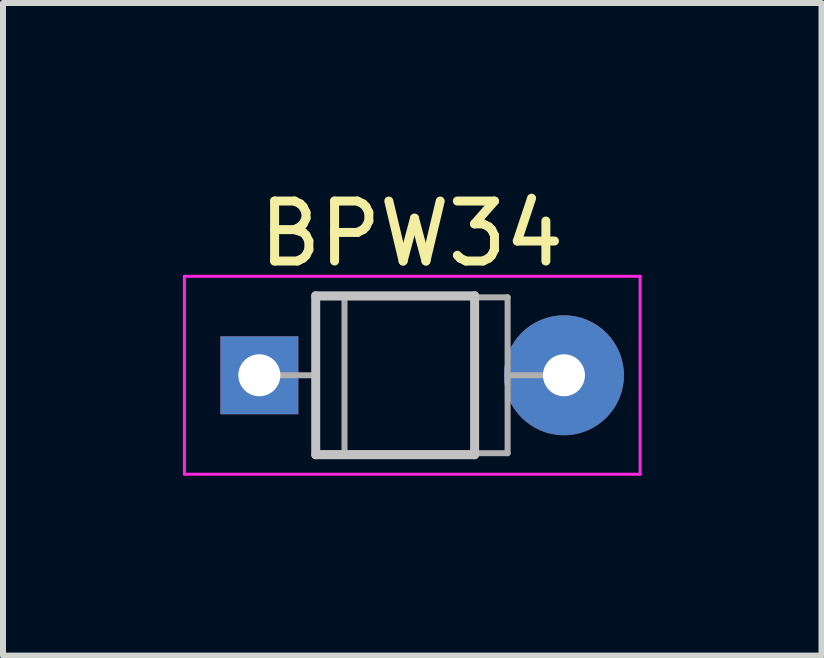
<source format=kicad_pcb>
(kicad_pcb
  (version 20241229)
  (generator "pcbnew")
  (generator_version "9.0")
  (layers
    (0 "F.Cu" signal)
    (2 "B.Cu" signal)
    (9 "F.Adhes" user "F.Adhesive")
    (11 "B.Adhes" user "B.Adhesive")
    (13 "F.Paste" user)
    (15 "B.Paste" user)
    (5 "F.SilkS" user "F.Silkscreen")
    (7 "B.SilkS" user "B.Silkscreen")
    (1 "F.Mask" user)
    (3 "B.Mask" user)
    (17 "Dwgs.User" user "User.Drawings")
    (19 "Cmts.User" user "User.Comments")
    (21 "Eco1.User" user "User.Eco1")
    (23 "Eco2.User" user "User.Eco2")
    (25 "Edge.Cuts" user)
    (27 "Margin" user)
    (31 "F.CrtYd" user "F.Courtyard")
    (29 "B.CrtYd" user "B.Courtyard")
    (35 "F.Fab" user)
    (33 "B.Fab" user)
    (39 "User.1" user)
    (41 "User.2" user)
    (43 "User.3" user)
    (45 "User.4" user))
  (footprint "BPW34"
    (layer "F.Cu")
    (at 1.275 3.208)
    (property "Reference" "BPW34" (at 2.54 -2.36 0) (layer "F.SilkS") (effects (font (size 1 1) (thickness 0.15))))
    (attr through_hole)
    (fp_line (start 0.94 -1.325) (end 0.94 1.325) (stroke (width 0.15) (type solid)) (layer "Dwgs.User"))
    (fp_line (start 0.94 -1.325) (end 3.59 -1.325) (stroke (width 0.15) (type solid)) (layer "Dwgs.User"))
    (fp_line (start 0.94 1.325) (end 3.59 1.325) (stroke (width 0.15) (type solid)) (layer "Dwgs.User"))
    (fp_line (start 3.59 -1.325) (end 3.59 1.325) (stroke (width 0.15) (type solid)) (layer "Dwgs.User"))
    (fp_line (start -1.25 -1.65) (end -1.25 1.65) (stroke (width 0.05) (type solid)) (layer "F.CrtYd"))
    (fp_line (start -1.25 1.65) (end 6.35 1.65) (stroke (width 0.05) (type solid)) (layer "F.CrtYd"))
    (fp_line (start 6.35 -1.65) (end -1.25 -1.65) (stroke (width 0.05) (type solid)) (layer "F.CrtYd"))
    (fp_line (start 6.35 1.65) (end 6.35 -1.65) (stroke (width 0.05) (type solid)) (layer "F.CrtYd"))
    (fp_line (start 0 0) (end 0.94 0) (stroke (width 0.1) (type solid)) (layer "F.Fab"))
    (fp_line (start 0.94 -1.3) (end 0.94 1.3) (stroke (width 0.1) (type solid)) (layer "F.Fab"))
    (fp_line (start 0.94 1.3) (end 4.14 1.3) (stroke (width 0.1) (type solid)) (layer "F.Fab"))
    (fp_line (start 1.42 -1.3) (end 1.42 1.3) (stroke (width 0.1) (type solid)) (layer "F.Fab"))
    (fp_line (start 4.14 -1.3) (end 0.94 -1.3) (stroke (width 0.1) (type solid)) (layer "F.Fab"))
    (fp_line (start 4.14 1.3) (end 4.14 -1.3) (stroke (width 0.1) (type solid)) (layer "F.Fab"))
    (fp_line (start 5.08 0) (end 4.14 0) (stroke (width 0.1) (type solid)) (layer "F.Fab"))
    (pad "1" thru_hole rect (at 0 0) (size 1.3 1.3) (drill 0.7) (layers "*.Cu" "*.Mask"))
    (pad "2" thru_hole oval (at 5.08 0) (size 2 2) (drill 0.7) (layers "*.Cu" "*.Mask")))
  (gr_rect
    (start -3 -3)
    (end 10.65 7.883)
    (stroke (width 0.1) (type default))
    (fill no)
    (layer "Edge.Cuts")))
</source>
